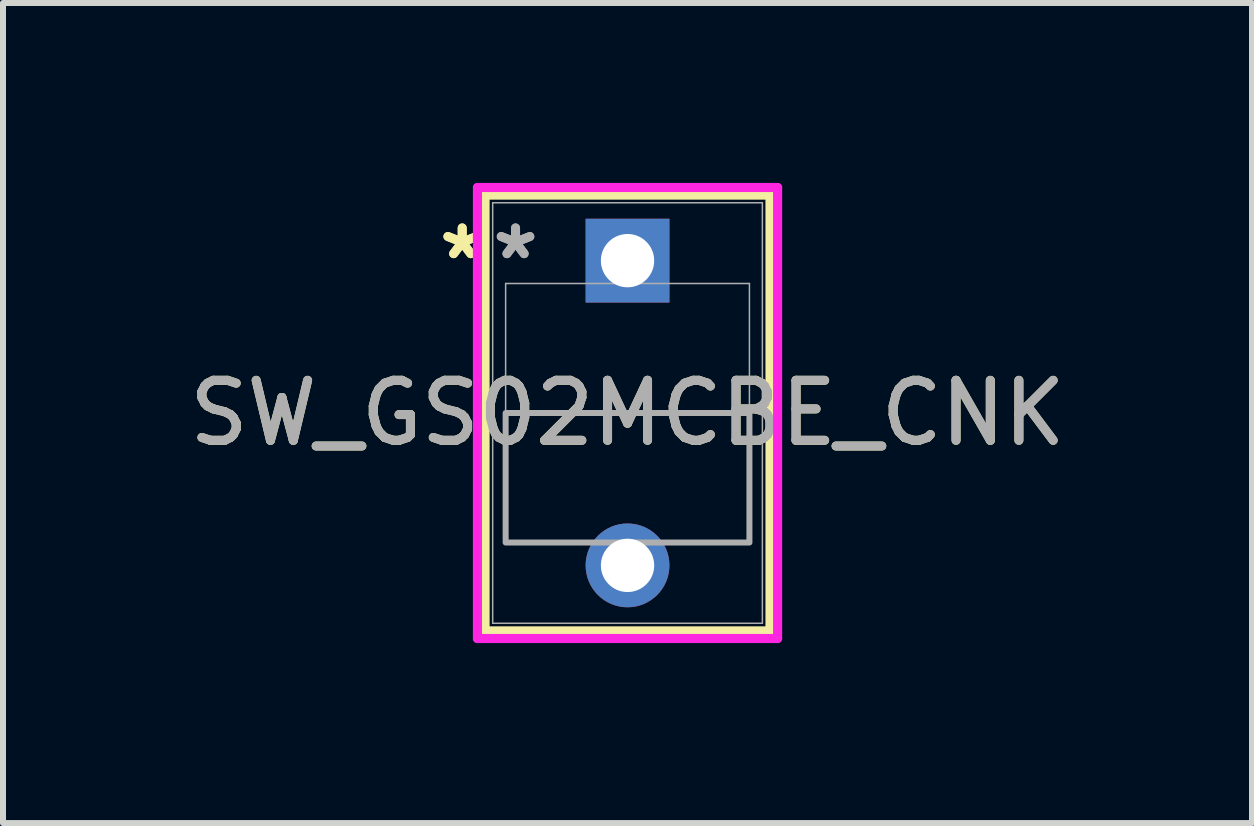
<source format=kicad_pcb>
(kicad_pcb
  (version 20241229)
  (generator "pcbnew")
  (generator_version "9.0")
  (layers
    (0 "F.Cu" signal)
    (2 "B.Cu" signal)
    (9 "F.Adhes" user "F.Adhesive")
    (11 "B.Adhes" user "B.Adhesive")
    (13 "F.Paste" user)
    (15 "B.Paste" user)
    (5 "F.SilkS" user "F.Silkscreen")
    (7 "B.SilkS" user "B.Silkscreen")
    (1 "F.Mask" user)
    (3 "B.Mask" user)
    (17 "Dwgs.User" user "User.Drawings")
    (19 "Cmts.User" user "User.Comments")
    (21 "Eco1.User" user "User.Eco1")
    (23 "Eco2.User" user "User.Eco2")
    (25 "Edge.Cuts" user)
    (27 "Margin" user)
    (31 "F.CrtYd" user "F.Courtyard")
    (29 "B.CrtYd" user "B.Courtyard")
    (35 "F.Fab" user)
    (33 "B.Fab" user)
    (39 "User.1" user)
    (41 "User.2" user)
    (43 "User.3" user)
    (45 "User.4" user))
  (footprint "SW_GS02MCBE_CNK"
    (layer "F.Cu")
    (at 7.411 1.295)
    (property "Reference" "SW_GS02MCBE_CNK" (at 0 2.54 0) (unlocked yes) (layer "F.SilkS") (effects (font (size 1 1) (thickness 0.15))))
    (attr through_hole)
    (fp_line (start -2.375 -1.092) (end -2.375 6.172) (stroke (width 0.152) (type solid)) (layer "F.SilkS"))
    (fp_line (start -2.375 6.172) (end 2.375 6.172) (stroke (width 0.152) (type solid)) (layer "F.SilkS"))
    (fp_line (start 2.375 -1.092) (end -2.375 -1.092) (stroke (width 0.152) (type solid)) (layer "F.SilkS"))
    (fp_line (start 2.375 6.172) (end 2.375 -1.092) (stroke (width 0.152) (type solid)) (layer "F.SilkS"))
    (fp_line (start -2.502 -1.219) (end -2.502 6.299) (stroke (width 0.152) (type solid)) (layer "F.CrtYd"))
    (fp_line (start -2.502 6.299) (end 2.502 6.299) (stroke (width 0.152) (type solid)) (layer "F.CrtYd"))
    (fp_line (start 2.502 -1.219) (end -2.502 -1.219) (stroke (width 0.152) (type solid)) (layer "F.CrtYd"))
    (fp_line (start 2.502 6.299) (end 2.502 -1.219) (stroke (width 0.152) (type solid)) (layer "F.CrtYd"))
    (fp_line (start -2.248 -0.965) (end -2.248 6.045) (stroke (width 0.025) (type solid)) (layer "F.Fab"))
    (fp_line (start -2.248 6.045) (end 2.248 6.045) (stroke (width 0.025) (type solid)) (layer "F.Fab"))
    (fp_line (start -2.032 0.381) (end 2.032 0.381) (stroke (width 0.025) (type solid)) (layer "F.Fab"))
    (fp_line (start -2.032 4.699) (end -2.032 0.381) (stroke (width 0.025) (type solid)) (layer "F.Fab"))
    (fp_line (start 2.032 0.381) (end 2.032 4.699) (stroke (width 0.025) (type solid)) (layer "F.Fab"))
    (fp_line (start 2.032 4.699) (end -2.032 4.699) (stroke (width 0.025) (type solid)) (layer "F.Fab"))
    (fp_line (start 2.248 -0.965) (end -2.248 -0.965) (stroke (width 0.025) (type solid)) (layer "F.Fab"))
    (fp_line (start 2.248 6.045) (end 2.248 -0.965) (stroke (width 0.025) (type solid)) (layer "F.Fab"))
    (fp_poly (pts (xy -2.032 4.699) (xy -2.032 2.54) (xy 2.032 2.54) (xy 2.032 4.699)) (stroke (width 0.1) (type solid)) (fill no) (layer "F.Fab"))
    (fp_text user "*" (at -2.756 0 0) (unlocked yes) (layer "F.SilkS") (effects (font (size 1 1) (thickness 0.15))))
    (fp_text user "*" (at -2.756 0 0) (layer "F.SilkS") (effects (font (size 1 1) (thickness 0.15))))
    (fp_text user "*" (at -1.867 0 0) (layer "F.Fab") (effects (font (size 1 1) (thickness 0.15))))
    (fp_text user "${REFERENCE}" (at 0 2.54 0) (unlocked yes) (layer "F.Fab") (effects (font (size 1 1) (thickness 0.15))))
    (fp_text user "*" (at -1.867 0 0) (unlocked yes) (layer "F.Fab") (effects (font (size 1 1) (thickness 0.15))))
    (pad "1" thru_hole rect (at 0 0) (size 1.397 1.397) (drill 0.889) (layers "*.Cu" "*.Mask"))
    (pad "2" thru_hole circle (at 0 5.08) (size 1.397 1.397) (drill 0.889) (layers "*.Cu" "*.Mask")))
  (gr_rect
    (start -3 -3)
    (end 17.821 10.671)
    (stroke (width 0.1) (type default))
    (fill no)
    (layer "Edge.Cuts")))
</source>
